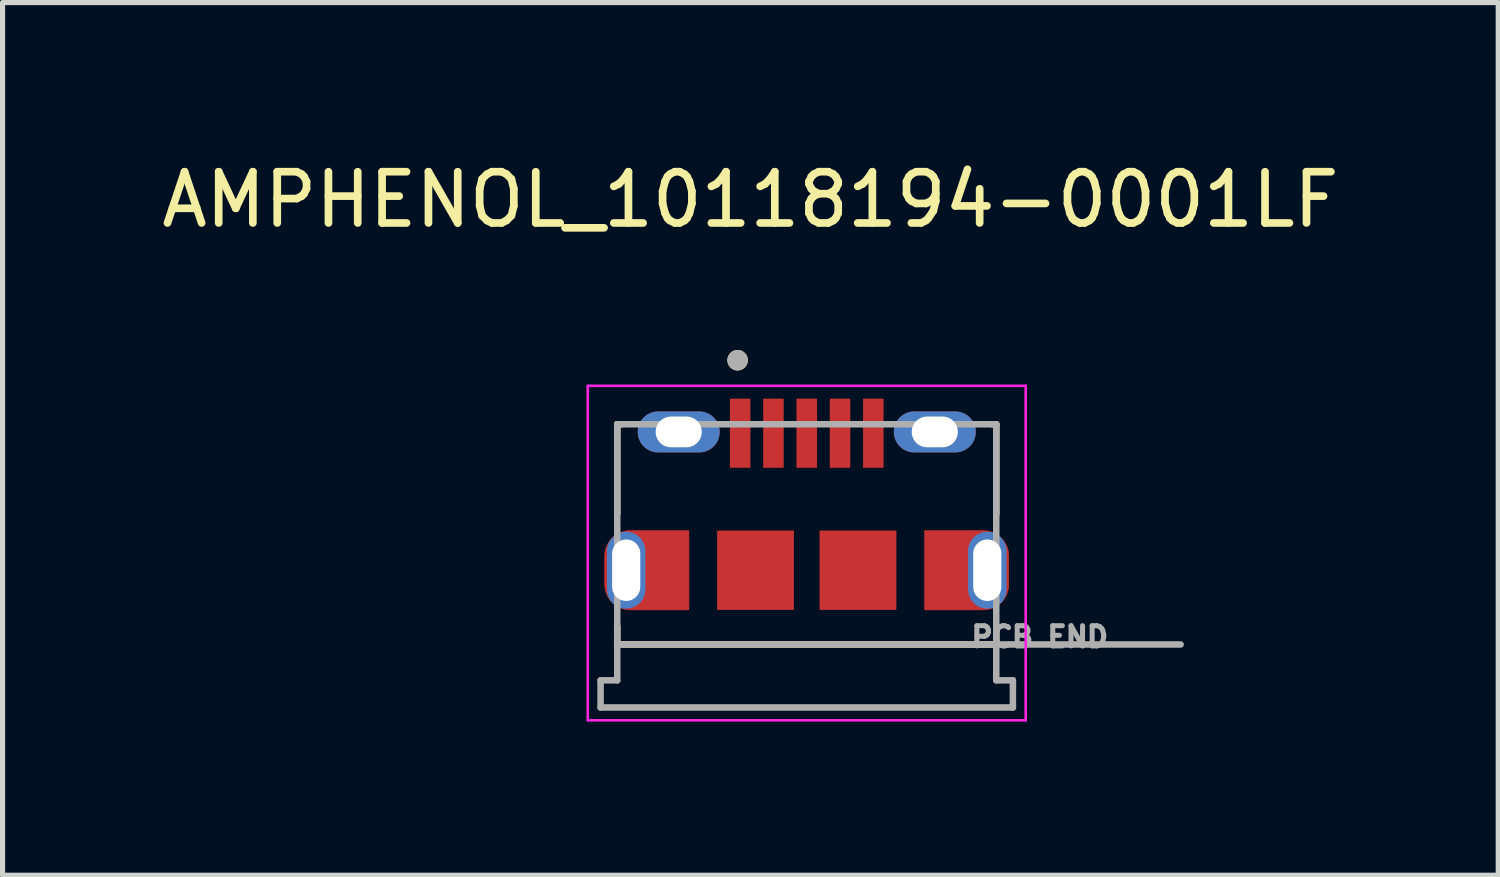
<source format=kicad_pcb>
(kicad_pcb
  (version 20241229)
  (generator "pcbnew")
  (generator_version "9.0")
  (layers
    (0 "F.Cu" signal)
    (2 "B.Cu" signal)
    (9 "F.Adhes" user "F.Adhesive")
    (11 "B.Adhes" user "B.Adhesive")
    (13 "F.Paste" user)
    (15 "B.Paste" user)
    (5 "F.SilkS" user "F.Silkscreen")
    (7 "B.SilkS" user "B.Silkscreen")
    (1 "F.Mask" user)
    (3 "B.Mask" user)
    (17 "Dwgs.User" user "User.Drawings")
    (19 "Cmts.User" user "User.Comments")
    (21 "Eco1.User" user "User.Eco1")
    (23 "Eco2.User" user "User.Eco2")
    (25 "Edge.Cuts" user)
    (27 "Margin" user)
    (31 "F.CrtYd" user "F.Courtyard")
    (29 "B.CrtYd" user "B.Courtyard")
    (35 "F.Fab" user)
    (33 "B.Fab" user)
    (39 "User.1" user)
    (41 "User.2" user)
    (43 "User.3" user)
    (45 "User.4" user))
  (footprint "AMPHENOL_10118194-0001LF"
    (layer "F.Cu")
    (at 12.701 8.083)
    (property "Reference" "AMPHENOL_10118194-0001LF" (at -1.1 -7.235 0) (layer "F.SilkS") (effects (font (size 1 1) (thickness 0.15))))
    (attr smd)
    (fp_poly (pts (xy -2.3 -0.775) (xy -2.3 0.775) (xy -3.445 0.775) (xy -3.471 0.774) (xy -3.497 0.772) (xy -3.523 0.769) (xy -3.549 0.764) (xy -3.574 0.758) (xy -3.6 0.751) (xy -3.624 0.742) (xy -3.648 0.732) (xy -3.672 0.721) (xy -3.695 0.708) (xy -3.717 0.694) (xy -3.739 0.68) (xy -3.76 0.664) (xy -3.78 0.647) (xy -3.799 0.629) (xy -3.817 0.61) (xy -3.834 0.59) (xy -3.85 0.569) (xy -3.864 0.547) (xy -3.878 0.525) (xy -3.891 0.502) (xy -3.902 0.478) (xy -3.912 0.454) (xy -3.921 0.43) (xy -3.928 0.404) (xy -3.934 0.379) (xy -3.939 0.353) (xy -3.942 0.327) (xy -3.944 0.301) (xy -3.945 0.275) (xy -3.945 -0.275) (xy -3.944 -0.301) (xy -3.942 -0.327) (xy -3.939 -0.353) (xy -3.934 -0.379) (xy -3.928 -0.404) (xy -3.921 -0.43) (xy -3.912 -0.454) (xy -3.902 -0.478) (xy -3.891 -0.502) (xy -3.878 -0.525) (xy -3.864 -0.547) (xy -3.85 -0.569) (xy -3.834 -0.59) (xy -3.817 -0.61) (xy -3.799 -0.629) (xy -3.78 -0.647) (xy -3.76 -0.664) (xy -3.739 -0.68) (xy -3.717 -0.694) (xy -3.695 -0.708) (xy -3.672 -0.721) (xy -3.648 -0.732) (xy -3.624 -0.742) (xy -3.6 -0.751) (xy -3.574 -0.758) (xy -3.549 -0.764) (xy -3.523 -0.769) (xy -3.497 -0.772) (xy -3.471 -0.774) (xy -3.445 -0.775) (xy -2.3 -0.775)) (stroke (width 0.01) (type solid)) (fill yes) (layer "F.Cu"))
    (fp_poly (pts (xy 2.3 -0.775) (xy 2.3 0.775) (xy 3.445 0.775) (xy 3.471 0.774) (xy 3.497 0.772) (xy 3.523 0.769) (xy 3.549 0.764) (xy 3.574 0.758) (xy 3.6 0.751) (xy 3.624 0.742) (xy 3.648 0.732) (xy 3.672 0.721) (xy 3.695 0.708) (xy 3.717 0.694) (xy 3.739 0.68) (xy 3.76 0.664) (xy 3.78 0.647) (xy 3.799 0.629) (xy 3.817 0.61) (xy 3.834 0.59) (xy 3.85 0.569) (xy 3.864 0.547) (xy 3.878 0.525) (xy 3.891 0.502) (xy 3.902 0.478) (xy 3.912 0.454) (xy 3.921 0.43) (xy 3.928 0.404) (xy 3.934 0.379) (xy 3.939 0.353) (xy 3.942 0.327) (xy 3.944 0.301) (xy 3.945 0.275) (xy 3.945 -0.275) (xy 3.944 -0.301) (xy 3.942 -0.327) (xy 3.939 -0.353) (xy 3.934 -0.379) (xy 3.928 -0.404) (xy 3.921 -0.43) (xy 3.912 -0.454) (xy 3.902 -0.478) (xy 3.891 -0.502) (xy 3.878 -0.525) (xy 3.864 -0.547) (xy 3.85 -0.569) (xy 3.834 -0.59) (xy 3.817 -0.61) (xy 3.799 -0.629) (xy 3.78 -0.647) (xy 3.76 -0.664) (xy 3.739 -0.68) (xy 3.717 -0.694) (xy 3.695 -0.708) (xy 3.672 -0.721) (xy 3.648 -0.732) (xy 3.624 -0.742) (xy 3.6 -0.751) (xy 3.574 -0.758) (xy 3.549 -0.764) (xy 3.523 -0.769) (xy 3.497 -0.772) (xy 3.471 -0.774) (xy 3.445 -0.775) (xy 2.3 -0.775)) (stroke (width 0.01) (type solid)) (fill yes) (layer "F.Cu"))
    (fp_poly (pts (xy -2.2 0.875) (xy -3.545 0.875) (xy -3.571 0.874) (xy -3.597 0.872) (xy -3.623 0.869) (xy -3.649 0.864) (xy -3.674 0.858) (xy -3.7 0.851) (xy -3.724 0.842) (xy -3.748 0.832) (xy -3.772 0.821) (xy -3.795 0.808) (xy -3.817 0.794) (xy -3.839 0.78) (xy -3.86 0.764) (xy -3.88 0.747) (xy -3.899 0.729) (xy -3.917 0.71) (xy -3.934 0.69) (xy -3.95 0.669) (xy -3.964 0.647) (xy -3.978 0.625) (xy -3.991 0.602) (xy -4.002 0.578) (xy -4.012 0.554) (xy -4.021 0.53) (xy -4.028 0.504) (xy -4.034 0.479) (xy -4.039 0.453) (xy -4.042 0.427) (xy -4.044 0.401) (xy -4.045 0.375) (xy -4.045 -0.375) (xy -4.044 -0.401) (xy -4.042 -0.427) (xy -4.039 -0.453) (xy -4.034 -0.479) (xy -4.028 -0.504) (xy -4.021 -0.53) (xy -4.012 -0.554) (xy -4.002 -0.578) (xy -3.991 -0.602) (xy -3.978 -0.625) (xy -3.964 -0.647) (xy -3.95 -0.669) (xy -3.934 -0.69) (xy -3.917 -0.71) (xy -3.899 -0.729) (xy -3.88 -0.747) (xy -3.86 -0.764) (xy -3.839 -0.78) (xy -3.817 -0.794) (xy -3.795 -0.808) (xy -3.772 -0.821) (xy -3.748 -0.832) (xy -3.724 -0.842) (xy -3.7 -0.851) (xy -3.674 -0.858) (xy -3.649 -0.864) (xy -3.623 -0.869) (xy -3.597 -0.872) (xy -3.571 -0.874) (xy -3.545 -0.875) (xy -2.2 -0.875) (xy -2.2 0.875)) (stroke (width 0.01) (type solid)) (fill yes) (layer "F.Mask"))
    (fp_poly (pts (xy 2.2 -0.875) (xy 3.545 -0.875) (xy 3.571 -0.874) (xy 3.597 -0.872) (xy 3.623 -0.869) (xy 3.649 -0.864) (xy 3.674 -0.858) (xy 3.7 -0.851) (xy 3.724 -0.842) (xy 3.748 -0.832) (xy 3.772 -0.821) (xy 3.795 -0.808) (xy 3.817 -0.794) (xy 3.839 -0.78) (xy 3.86 -0.764) (xy 3.88 -0.747) (xy 3.899 -0.729) (xy 3.917 -0.71) (xy 3.934 -0.69) (xy 3.95 -0.669) (xy 3.964 -0.647) (xy 3.978 -0.625) (xy 3.991 -0.602) (xy 4.002 -0.578) (xy 4.012 -0.554) (xy 4.021 -0.53) (xy 4.028 -0.504) (xy 4.034 -0.479) (xy 4.039 -0.453) (xy 4.042 -0.427) (xy 4.044 -0.401) (xy 4.045 -0.375) (xy 4.045 0.375) (xy 4.044 0.401) (xy 4.042 0.427) (xy 4.039 0.453) (xy 4.034 0.479) (xy 4.028 0.504) (xy 4.021 0.53) (xy 4.012 0.554) (xy 4.002 0.578) (xy 3.991 0.602) (xy 3.978 0.625) (xy 3.964 0.647) (xy 3.95 0.669) (xy 3.934 0.69) (xy 3.917 0.71) (xy 3.899 0.729) (xy 3.88 0.747) (xy 3.86 0.764) (xy 3.839 0.78) (xy 3.817 0.794) (xy 3.795 0.808) (xy 3.772 0.821) (xy 3.748 0.832) (xy 3.724 0.842) (xy 3.7 0.851) (xy 3.674 0.858) (xy 3.649 0.864) (xy 3.623 0.869) (xy 3.597 0.872) (xy 3.571 0.874) (xy 3.545 0.875) (xy 2.2 0.875) (xy 2.2 -0.875)) (stroke (width 0.01) (type solid)) (fill yes) (layer "F.Mask"))
    (fp_line (start -3.7 -2.85) (end -3.7 -1.095) (stroke (width 0.127) (type solid)) (layer "F.SilkS"))
    (fp_line (start -3.7 -2.85) (end -3.62 -2.85) (stroke (width 0.127) (type solid)) (layer "F.SilkS"))
    (fp_line (start -3.7 1.45) (end -3.7 1.095) (stroke (width 0.127) (type solid)) (layer "F.SilkS"))
    (fp_line (start -3.7 1.45) (end 3.7 1.45) (stroke (width 0.127) (type solid)) (layer "F.SilkS"))
    (fp_line (start 3.62 -2.85) (end 3.7 -2.85) (stroke (width 0.127) (type solid)) (layer "F.SilkS"))
    (fp_line (start 3.7 -1.095) (end 3.7 -2.85) (stroke (width 0.127) (type solid)) (layer "F.SilkS"))
    (fp_line (start 3.7 1.45) (end 3.7 1.095) (stroke (width 0.127) (type solid)) (layer "F.SilkS"))
    (fp_circle (center -1.35 -4.1) (end -1.25 -4.1) (stroke (width 0.2) (type solid)) (fill no) (layer "F.SilkS"))
    (fp_poly (pts (xy -2.3 -0.775) (xy -2.3 0.775) (xy -3.445 0.775) (xy -3.471 0.774) (xy -3.497 0.772) (xy -3.523 0.769) (xy -3.549 0.764) (xy -3.574 0.758) (xy -3.6 0.751) (xy -3.624 0.742) (xy -3.648 0.732) (xy -3.672 0.721) (xy -3.695 0.708) (xy -3.717 0.694) (xy -3.739 0.68) (xy -3.76 0.664) (xy -3.78 0.647) (xy -3.799 0.629) (xy -3.817 0.61) (xy -3.834 0.59) (xy -3.85 0.569) (xy -3.864 0.547) (xy -3.878 0.525) (xy -3.891 0.502) (xy -3.902 0.478) (xy -3.912 0.454) (xy -3.921 0.43) (xy -3.928 0.404) (xy -3.934 0.379) (xy -3.939 0.353) (xy -3.942 0.327) (xy -3.944 0.301) (xy -3.945 0.275) (xy -3.945 -0.275) (xy -3.944 -0.301) (xy -3.942 -0.327) (xy -3.939 -0.353) (xy -3.934 -0.379) (xy -3.928 -0.404) (xy -3.921 -0.43) (xy -3.912 -0.454) (xy -3.902 -0.478) (xy -3.891 -0.502) (xy -3.878 -0.525) (xy -3.864 -0.547) (xy -3.85 -0.569) (xy -3.834 -0.59) (xy -3.817 -0.61) (xy -3.799 -0.629) (xy -3.78 -0.647) (xy -3.76 -0.664) (xy -3.739 -0.68) (xy -3.717 -0.694) (xy -3.695 -0.708) (xy -3.672 -0.721) (xy -3.648 -0.732) (xy -3.624 -0.742) (xy -3.6 -0.751) (xy -3.574 -0.758) (xy -3.549 -0.764) (xy -3.523 -0.769) (xy -3.497 -0.772) (xy -3.471 -0.774) (xy -3.445 -0.775) (xy -2.3 -0.775)) (stroke (width 0.01) (type solid)) (fill yes) (layer "F.Paste"))
    (fp_poly (pts (xy 2.3 -0.775) (xy 2.3 0.775) (xy 3.445 0.775) (xy 3.471 0.774) (xy 3.497 0.772) (xy 3.523 0.769) (xy 3.549 0.764) (xy 3.574 0.758) (xy 3.6 0.751) (xy 3.624 0.742) (xy 3.648 0.732) (xy 3.672 0.721) (xy 3.695 0.708) (xy 3.717 0.694) (xy 3.739 0.68) (xy 3.76 0.664) (xy 3.78 0.647) (xy 3.799 0.629) (xy 3.817 0.61) (xy 3.834 0.59) (xy 3.85 0.569) (xy 3.864 0.547) (xy 3.878 0.525) (xy 3.891 0.502) (xy 3.902 0.478) (xy 3.912 0.454) (xy 3.921 0.43) (xy 3.928 0.404) (xy 3.934 0.379) (xy 3.939 0.353) (xy 3.942 0.327) (xy 3.944 0.301) (xy 3.945 0.275) (xy 3.945 -0.275) (xy 3.944 -0.301) (xy 3.942 -0.327) (xy 3.939 -0.353) (xy 3.934 -0.379) (xy 3.928 -0.404) (xy 3.921 -0.43) (xy 3.912 -0.454) (xy 3.902 -0.478) (xy 3.891 -0.502) (xy 3.878 -0.525) (xy 3.864 -0.547) (xy 3.85 -0.569) (xy 3.834 -0.59) (xy 3.817 -0.61) (xy 3.799 -0.629) (xy 3.78 -0.647) (xy 3.76 -0.664) (xy 3.739 -0.68) (xy 3.717 -0.694) (xy 3.695 -0.708) (xy 3.672 -0.721) (xy 3.648 -0.732) (xy 3.624 -0.742) (xy 3.6 -0.751) (xy 3.574 -0.758) (xy 3.549 -0.764) (xy 3.523 -0.769) (xy 3.497 -0.772) (xy 3.471 -0.774) (xy 3.445 -0.775) (xy 2.3 -0.775)) (stroke (width 0.01) (type solid)) (fill yes) (layer "F.Paste"))
    (fp_line (start -4.275 -3.6) (end -4.275 2.93) (stroke (width 0.05) (type solid)) (layer "F.CrtYd"))
    (fp_line (start -4.275 2.93) (end 4.275 2.93) (stroke (width 0.05) (type solid)) (layer "F.CrtYd"))
    (fp_line (start 4.275 -3.6) (end -4.275 -3.6) (stroke (width 0.05) (type solid)) (layer "F.CrtYd"))
    (fp_line (start 4.275 2.93) (end 4.275 -3.6) (stroke (width 0.05) (type solid)) (layer "F.CrtYd"))
    (fp_line (start -4.025 2.15) (end -4.025 2.68) (stroke (width 0.127) (type solid)) (layer "F.Fab"))
    (fp_line (start -4.025 2.68) (end 4.025 2.68) (stroke (width 0.127) (type solid)) (layer "F.Fab"))
    (fp_line (start -3.7 -2.85) (end -3.7 1.45) (stroke (width 0.127) (type solid)) (layer "F.Fab"))
    (fp_line (start -3.7 -2.85) (end 3.7 -2.85) (stroke (width 0.127) (type solid)) (layer "F.Fab"))
    (fp_line (start -3.7 1.45) (end -3.7 2.15) (stroke (width 0.127) (type solid)) (layer "F.Fab"))
    (fp_line (start -3.7 1.45) (end 3.7 1.45) (stroke (width 0.127) (type solid)) (layer "F.Fab"))
    (fp_line (start -3.7 2.15) (end -4.025 2.15) (stroke (width 0.127) (type solid)) (layer "F.Fab"))
    (fp_line (start 3.7 1.45) (end 3.7 -2.85) (stroke (width 0.127) (type solid)) (layer "F.Fab"))
    (fp_line (start 3.7 1.45) (end 7.3 1.45) (stroke (width 0.127) (type solid)) (layer "F.Fab"))
    (fp_line (start 3.7 2.15) (end 3.7 1.45) (stroke (width 0.127) (type solid)) (layer "F.Fab"))
    (fp_line (start 4.025 2.15) (end 3.7 2.15) (stroke (width 0.127) (type solid)) (layer "F.Fab"))
    (fp_line (start 4.025 2.68) (end 4.025 2.15) (stroke (width 0.127) (type solid)) (layer "F.Fab"))
    (fp_circle (center -1.35 -4.1) (end -1.25 -4.1) (stroke (width 0.2) (type solid)) (fill no) (layer "F.Fab"))
    (fp_text user "PCB END" (at 4.55 1.3 0) (layer "F.Fab") (effects (font (size 0.394 0.394) (thickness 0.098))))
    (pad "1" smd rect (at -1.3 -2.675) (size 0.4 1.35) (layers "F.Cu" "F.Mask" "F.Paste"))
    (pad "2" smd rect (at -0.65 -2.675) (size 0.4 1.35) (layers "F.Cu" "F.Mask" "F.Paste"))
    (pad "3" smd rect (at 0 -2.675) (size 0.4 1.35) (layers "F.Cu" "F.Mask" "F.Paste"))
    (pad "4" smd rect (at 0.65 -2.675) (size 0.4 1.35) (layers "F.Cu" "F.Mask" "F.Paste"))
    (pad "5" smd rect (at 1.3 -2.675) (size 0.4 1.35) (layers "F.Cu" "F.Mask" "F.Paste"))
    (pad "S1" thru_hole oval (at -2.5 -2.7) (size 1.6 0.8) (drill oval 0.9 0.6) (layers "*.Cu" "*.Mask"))
    (pad "S2" thru_hole oval (at 2.5 -2.7) (size 1.6 0.8) (drill oval 0.9 0.6) (layers "*.Cu" "*.Mask"))
    (pad "S3" thru_hole oval (at -3.525 0) (size 0.75 1.5) (drill oval 0.55 1.2) (layers "*.Cu" "*.Mask"))
    (pad "S4" smd rect (at -1 0) (size 1.5 1.55) (layers "F.Cu" "F.Mask" "F.Paste"))
    (pad "S5" smd rect (at 1 0) (size 1.5 1.55) (layers "F.Cu" "F.Mask" "F.Paste"))
    (pad "S6" thru_hole oval (at 3.525 0) (size 0.75 1.5) (drill oval 0.55 1.2) (layers "*.Cu" "*.Mask")))
  (gr_rect
    (start -3 -3)
    (end 26.202 14.038)
    (stroke (width 0.1) (type default))
    (fill no)
    (layer "Edge.Cuts")))
</source>
